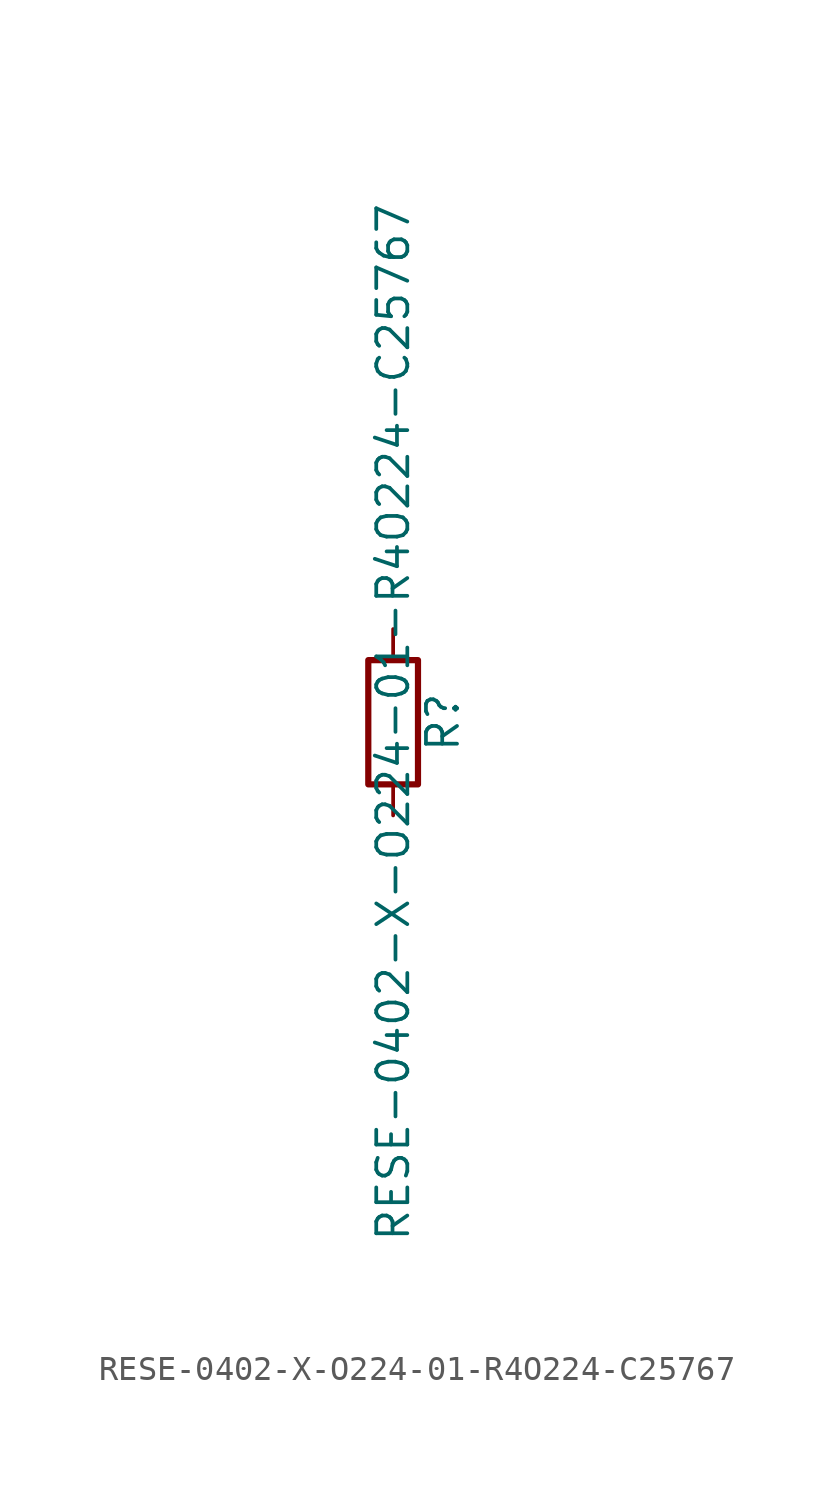
<source format=kicad_sym>
(kicad_symbol_lib
  (version 20211014)
  (generator kicad_symbol_editor)
  (symbol "RESE-0402-X-O224-01-R4O224-C25767"
    (pin_numbers hide)
    (pin_names
      (offset 0))
    (property "Reference" "R"
      (at 2.032 0 90)
      (effects (font (size 1.27 1.27))))
    (property "Value" "RESE-0402-X-O224-01-R4O224-C25767"
      (at 0 0 90)
      (effects (font (size 1.27 1.27))))
    (symbol "RESE-0402-X-O224-01-R4O224-C25767_0_1"
      (rectangle (start -1.016 -2.54) (end 1.016 2.54) (stroke (width 0.254) (type default) (color 0 0 0 0)) (fill (type none))))
    (symbol "RESE-0402-X-O224-01-R4O224-C25767_1_1"
      (pin passive line (at 0 3.81 270) (length 1.27) (name "~" (effects (font (size 1.27 1.27)))) (number "1" (effects (font (size 1.27 1.27)))))
      (pin passive line (at 0 -3.81 90) (length 1.27) (name "~" (effects (font (size 1.27 1.27)))) (number "2" (effects (font (size 1.27 1.27))))))))
</source>
